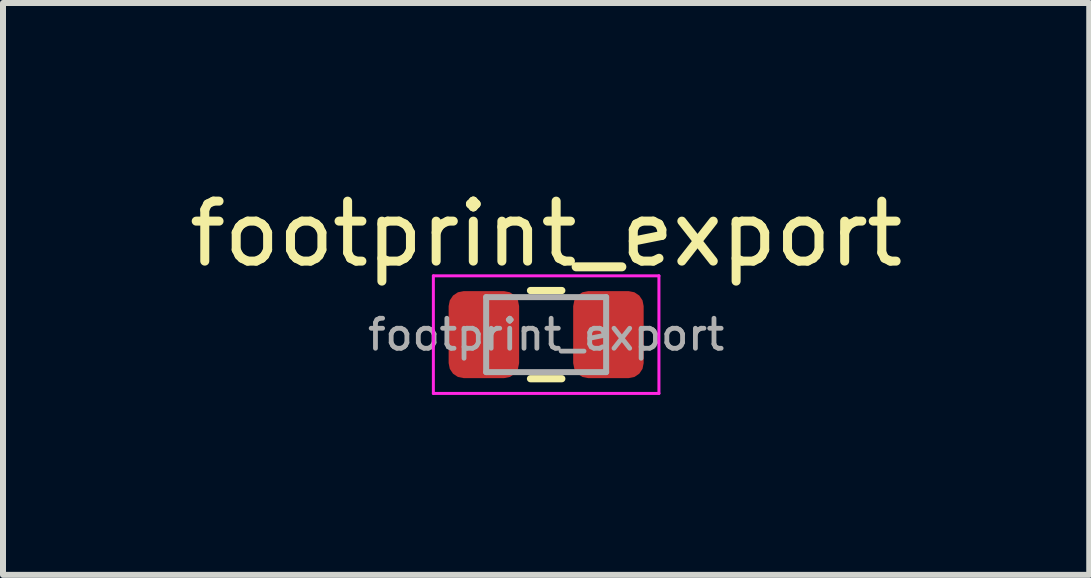
<source format=kicad_pcb>
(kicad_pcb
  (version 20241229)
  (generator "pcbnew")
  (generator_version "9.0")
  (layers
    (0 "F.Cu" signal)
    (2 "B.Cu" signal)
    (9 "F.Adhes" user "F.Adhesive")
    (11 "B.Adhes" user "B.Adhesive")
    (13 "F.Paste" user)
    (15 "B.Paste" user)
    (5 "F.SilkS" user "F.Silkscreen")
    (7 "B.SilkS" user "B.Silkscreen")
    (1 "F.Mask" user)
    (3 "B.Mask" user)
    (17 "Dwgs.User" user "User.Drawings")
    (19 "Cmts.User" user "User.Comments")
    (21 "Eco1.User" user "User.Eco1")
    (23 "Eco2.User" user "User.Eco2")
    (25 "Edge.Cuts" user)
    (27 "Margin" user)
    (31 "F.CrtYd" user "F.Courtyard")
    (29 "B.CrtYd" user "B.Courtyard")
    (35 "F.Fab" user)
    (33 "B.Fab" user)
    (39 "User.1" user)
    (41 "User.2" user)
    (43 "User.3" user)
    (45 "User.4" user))
  (footprint "footprint_export"
    (layer "F.Cu")
    (at 6.054 2.528)
    (property "Reference" "footprint_export" (at 0 -1.68 0) (layer "F.SilkS") (effects (font (size 1 1) (thickness 0.15))))
    (attr smd)
    (fp_line (start -0.261 -0.735) (end 0.261 -0.735) (stroke (width 0.12) (type solid)) (layer "F.SilkS"))
    (fp_line (start -0.261 0.735) (end 0.261 0.735) (stroke (width 0.12) (type solid)) (layer "F.SilkS"))
    (fp_line (start -1.88 -0.98) (end 1.88 -0.98) (stroke (width 0.05) (type solid)) (layer "F.CrtYd"))
    (fp_line (start -1.88 0.98) (end -1.88 -0.98) (stroke (width 0.05) (type solid)) (layer "F.CrtYd"))
    (fp_line (start 1.88 -0.98) (end 1.88 0.98) (stroke (width 0.05) (type solid)) (layer "F.CrtYd"))
    (fp_line (start 1.88 0.98) (end -1.88 0.98) (stroke (width 0.05) (type solid)) (layer "F.CrtYd"))
    (fp_line (start -1 -0.625) (end 1 -0.625) (stroke (width 0.1) (type solid)) (layer "F.Fab"))
    (fp_line (start -1 0.625) (end -1 -0.625) (stroke (width 0.1) (type solid)) (layer "F.Fab"))
    (fp_line (start 1 -0.625) (end 1 0.625) (stroke (width 0.1) (type solid)) (layer "F.Fab"))
    (fp_line (start 1 0.625) (end -1 0.625) (stroke (width 0.1) (type solid)) (layer "F.Fab"))
    (fp_text user "${REFERENCE}" (at 0 0 0) (layer "F.Fab") (effects (font (size 0.5 0.5) (thickness 0.08))))
    (pad "1" smd roundrect (at -1.038 0) (size 1.175 1.45) (layers "F.Cu" "F.Mask" "F.Paste") (roundrect_rratio 0.213))
    (pad "2" smd roundrect (at 1.038 0) (size 1.175 1.45) (layers "F.Cu" "F.Mask" "F.Paste") (roundrect_rratio 0.213)))
  (gr_rect
    (start -3 -3)
    (end 15.107 6.533)
    (stroke (width 0.1) (type default))
    (fill no)
    (layer "Edge.Cuts")))
</source>
